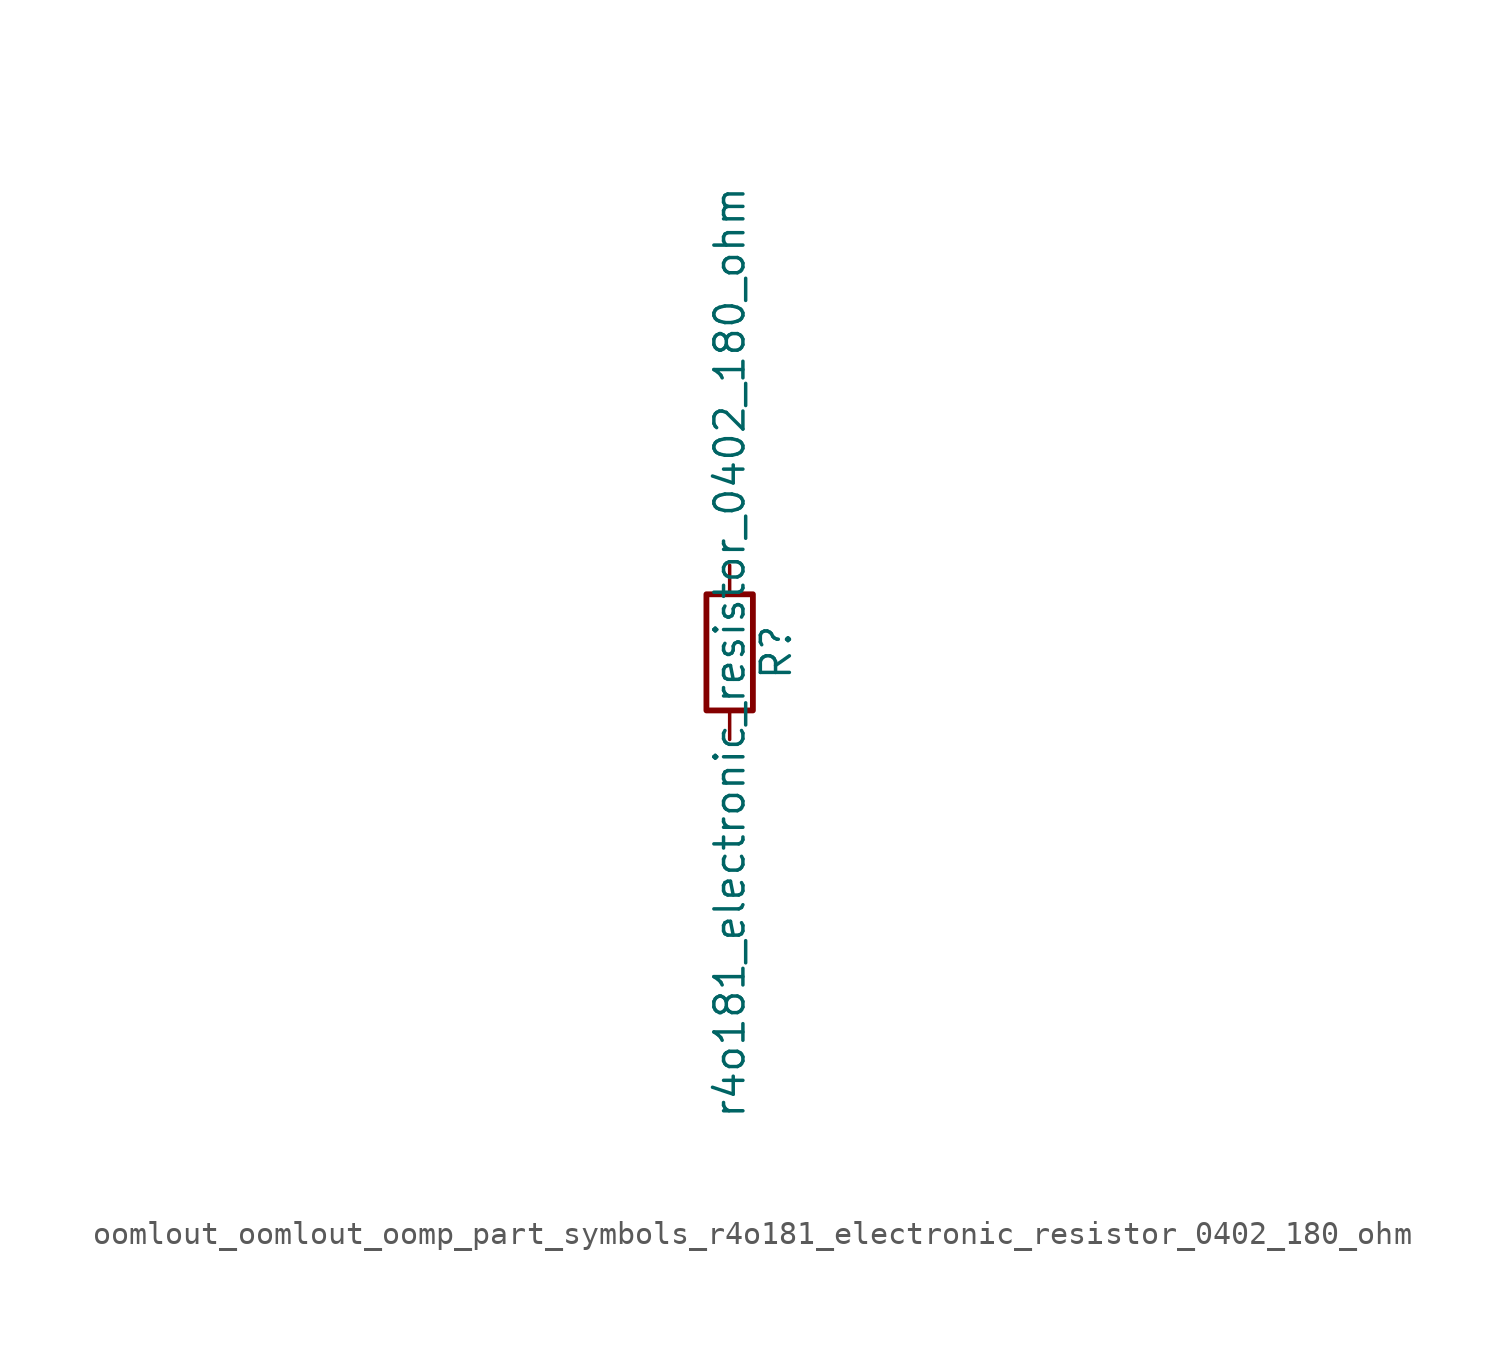
<source format=kicad_sym>
(kicad_symbol_lib
  (version 20220914)
  (generator kicad_symbol_editor)
  (symbol "oomlout_oomlout_oomp_part_symbols_r4o181_electronic_resistor_0402_180_ohm"
    (pin_numbers hide)
    (pin_names
      (offset 0))
    (property "Reference" "R"
      (at 2.032 0 90)
      (effects (font (size 1.27 1.27))))
    (property "Value" "r4o181_electronic_resistor_0402_180_ohm"
      (at 0 0 90)
      (effects (font (size 1.27 1.27))))
    (symbol "oomlout_oomlout_oomp_part_symbols_r4o181_electronic_resistor_0402_180_ohm_0_1"
      (rectangle (start -1.016 -2.54) (end 1.016 2.54) (stroke (width 0.254) (type default)) (fill (type none))))
    (symbol "oomlout_oomlout_oomp_part_symbols_r4o181_electronic_resistor_0402_180_ohm_1_1"
      (pin passive line (at 0 3.81 270) (length 1.27) (name "~" (effects (font (size 1.27 1.27)))) (number "1" (effects (font (size 1.27 1.27)))))
      (pin passive line (at 0 -3.81 90) (length 1.27) (name "~" (effects (font (size 1.27 1.27)))) (number "2" (effects (font (size 1.27 1.27))))))))
</source>
